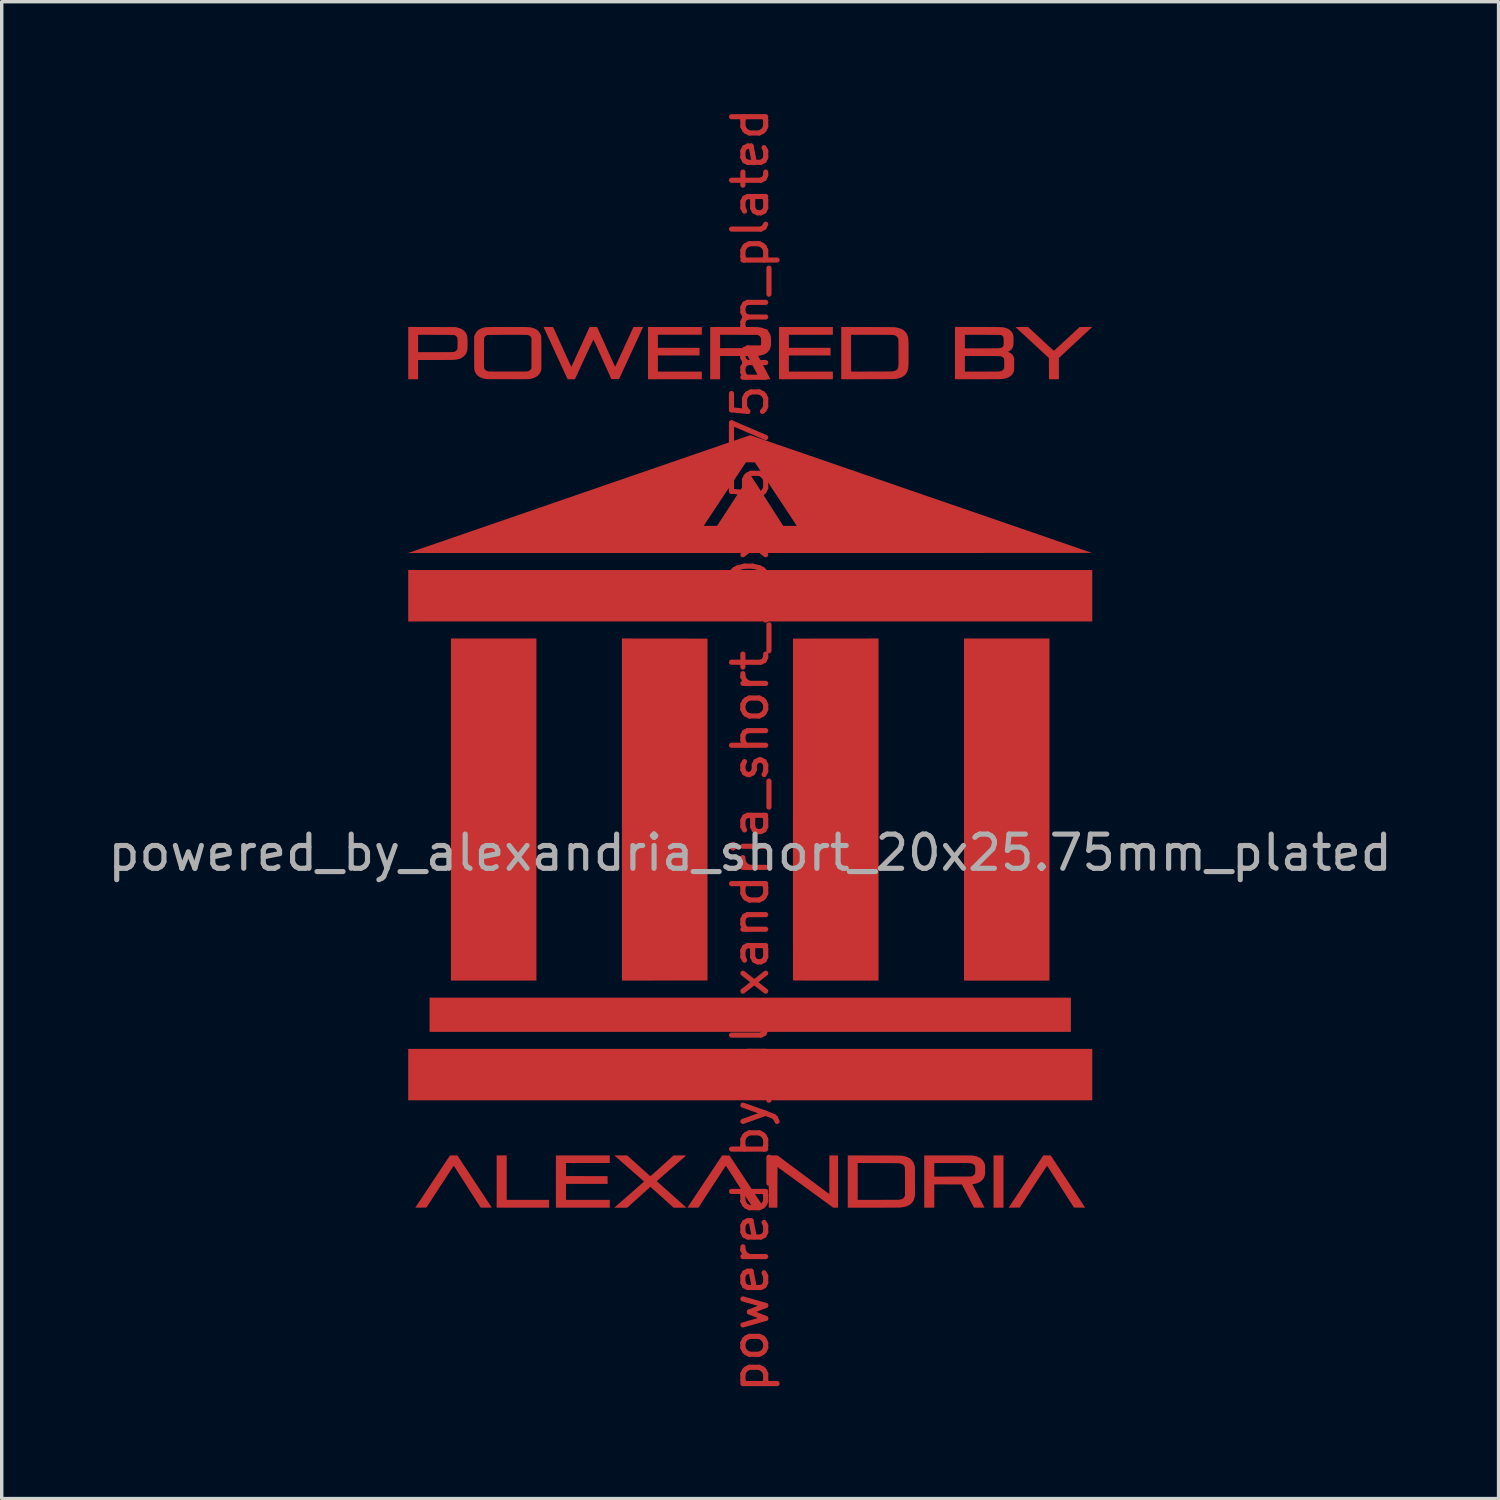
<source format=kicad_pcb>
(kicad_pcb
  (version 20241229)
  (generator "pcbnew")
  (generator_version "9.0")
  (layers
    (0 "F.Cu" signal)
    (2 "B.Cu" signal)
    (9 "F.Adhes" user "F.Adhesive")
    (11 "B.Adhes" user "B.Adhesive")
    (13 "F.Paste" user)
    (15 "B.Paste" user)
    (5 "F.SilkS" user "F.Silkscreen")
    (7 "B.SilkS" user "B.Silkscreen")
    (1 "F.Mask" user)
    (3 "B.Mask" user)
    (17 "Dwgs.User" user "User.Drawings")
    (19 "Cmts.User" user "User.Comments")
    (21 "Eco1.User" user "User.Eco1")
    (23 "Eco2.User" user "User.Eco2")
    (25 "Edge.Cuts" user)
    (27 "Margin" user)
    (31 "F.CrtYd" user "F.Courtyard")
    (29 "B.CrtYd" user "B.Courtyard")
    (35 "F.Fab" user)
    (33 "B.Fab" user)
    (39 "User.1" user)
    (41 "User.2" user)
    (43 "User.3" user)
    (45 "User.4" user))
  (footprint "powered_by_alexandria_short_20x25.75mm_plated"
    (layer "F.Cu")
    (at 18.887 19.387)
    (property "Reference" "powered_by_alexandria_short_20x25.75mm_plated" (at 0 -0.5 90) (unlocked yes) (layer "F.Cu") (effects (font (size 1 1) (thickness 0.15))))
    (fp_text user "${REFERENCE}" (at 0 2.5 0) (unlocked yes) (layer "F.Fab") (effects (font (size 1 1) (thickness 0.15))))
    (pad "1" smd custom (at -9.8 -12.75) (size 0.1 0.1) (layers "F.Cu" "F.Mask") (options (anchor circle)) (primitives (gr_poly (pts (xy 0.49 -0.124) (xy 1.18 -0.122) (xy 1.231 -0.111) (xy 1.297 -0.092) (xy 1.355 -0.068) (xy 1.405 -0.038) (xy 1.447 -0.003) (xy 1.48 0.039) (xy 1.506 0.086) (xy 1.524 0.14) (xy 1.526 0.148) (xy 1.529 0.167) (xy 1.532 0.194) (xy 1.534 0.228) (xy 1.535 0.267) (xy 1.536 0.31) (xy 1.537 0.355) (xy 1.536 0.399) (xy 1.536 0.442) (xy 1.534 0.482) (xy 1.532 0.517) (xy 1.53 0.545) (xy 1.527 0.565) (xy 1.527 0.566) (xy 1.509 0.62) (xy 1.484 0.669) (xy 1.45 0.713) (xy 1.408 0.75) (xy 1.359 0.781) (xy 1.303 0.806) (xy 1.274 0.815) (xy 1.259 0.818) (xy 1.245 0.822) (xy 1.231 0.825) (xy 1.216 0.828) (xy 1.199 0.83) (xy 1.18 0.832) (xy 1.159 0.834) (xy 1.135 0.836) (xy 1.106 0.837) (xy 1.073 0.838) (xy 1.034 0.838) (xy 0.99 0.839) (xy 0.938 0.839) (xy 0.88 0.84) (xy 0.814 0.84) (xy 0.739 0.84) (xy 0.655 0.84) (xy 0.606 0.84) (xy 0.09 0.84) (xy 0.09 1.404) (xy -0.199 1.404) (xy -0.199 0.611) (xy 0.09 0.611) (xy 0.595 0.611) (xy 0.689 0.611) (xy 0.773 0.611) (xy 0.848 0.611) (xy 0.913 0.611) (xy 0.969 0.61) (xy 1.016 0.61) (xy 1.054 0.609) (xy 1.085 0.608) (xy 1.107 0.608) (xy 1.122 0.607) (xy 1.128 0.606) (xy 1.165 0.594) (xy 1.196 0.576) (xy 1.22 0.554) (xy 1.236 0.527) (xy 1.238 0.52) (xy 1.24 0.509) (xy 1.241 0.49) (xy 1.242 0.463) (xy 1.243 0.431) (xy 1.243 0.396) (xy 1.244 0.359) (xy 1.244 0.322) (xy 1.243 0.287) (xy 1.242 0.254) (xy 1.241 0.227) (xy 1.24 0.206) (xy 1.238 0.193) (xy 1.238 0.192) (xy 1.229 0.173) (xy 1.212 0.153) (xy 1.192 0.134) (xy 1.169 0.12) (xy 1.159 0.116) (xy 1.155 0.114) (xy 1.15 0.113) (xy 1.144 0.111) (xy 1.136 0.11) (xy 1.125 0.109) (xy 1.112 0.109) (xy 1.094 0.108) (xy 1.073 0.107) (xy 1.047 0.107) (xy 1.015 0.106) (xy 0.977 0.106) (xy 0.932 0.106) (xy 0.88 0.105) (xy 0.821 0.105) (xy 0.752 0.105) (xy 0.675 0.105) (xy 0.612 0.105) (xy 0.09 0.103) (xy 0.09 0.611) (xy -0.199 0.611) (xy -0.199 -0.126)) (width 0) (fill yes))))
    (pad "1" smd custom (at -8.626 11.5) (size 0.1 0.1) (layers "F.Cu" "F.Mask") (options (anchor circle)) (primitives (gr_poly (pts (xy 0.568 0.614) (xy 1.072 1.378) (xy 0.91 1.379) (xy 0.863 1.379) (xy 0.825 1.38) (xy 0.795 1.379) (xy 0.773 1.379) (xy 0.758 1.378) (xy 0.748 1.376) (xy 0.743 1.374) (xy 0.743 1.374) (xy 0.74 1.369) (xy 0.731 1.356) (xy 0.718 1.335) (xy 0.7 1.308) (xy 0.678 1.273) (xy 0.652 1.233) (xy 0.622 1.187) (xy 0.589 1.136) (xy 0.553 1.08) (xy 0.515 1.02) (xy 0.474 0.956) (xy 0.431 0.889) (xy 0.387 0.82) (xy 0.352 0.766) (xy 0.307 0.694) (xy 0.263 0.625) (xy 0.22 0.559) (xy 0.18 0.497) (xy 0.142 0.438) (xy 0.107 0.383) (xy 0.075 0.333) (xy 0.046 0.288) (xy 0.021 0.249) (xy 0 0.216) (xy -0.017 0.19) (xy -0.029 0.172) (xy -0.036 0.16) (xy -0.038 0.157) (xy -0.041 0.159) (xy -0.046 0.164) (xy -0.053 0.174) (xy -0.064 0.189) (xy -0.078 0.21) (xy -0.096 0.236) (xy -0.118 0.268) (xy -0.143 0.306) (xy -0.172 0.35) (xy -0.206 0.402) (xy -0.244 0.46) (xy -0.287 0.526) (xy -0.335 0.599) (xy -0.388 0.68) (xy -0.443 0.765) (xy -0.842 1.378) (xy -1.004 1.379) (xy -1.043 1.379) (xy -1.079 1.379) (xy -1.11 1.379) (xy -1.135 1.378) (xy -1.153 1.378) (xy -1.162 1.377) (xy -1.164 1.376) (xy -1.161 1.372) (xy -1.153 1.359) (xy -1.139 1.339) (xy -1.121 1.311) (xy -1.098 1.277) (xy -1.072 1.236) (xy -1.041 1.19) (xy -1.006 1.138) (xy -0.969 1.081) (xy -0.928 1.019) (xy -0.884 0.954) (xy -0.838 0.884) (xy -0.789 0.811) (xy -0.739 0.735) (xy -0.687 0.657) (xy -0.657 0.611) (xy -0.151 -0.149) (xy -0.044 -0.149) (xy 0.063 -0.149)) (width 0) (fill yes))))
    (pad "1" smd custom (at -7.943 -12.423) (size 0.1 0.1) (layers "F.Cu" "F.Mask") (options (anchor circle)) (primitives (gr_poly (pts (xy 0.856 -0.453) (xy 0.95 -0.452) (xy 1.033 -0.452) (xy 1.108 -0.452) (xy 1.175 -0.452) (xy 1.234 -0.452) (xy 1.286 -0.451) (xy 1.331 -0.451) (xy 1.37 -0.45) (xy 1.404 -0.449) (xy 1.433 -0.448) (xy 1.458 -0.447) (xy 1.48 -0.445) (xy 1.499 -0.444) (xy 1.515 -0.441) (xy 1.53 -0.439) (xy 1.543 -0.436) (xy 1.556 -0.433) (xy 1.569 -0.43) (xy 1.579 -0.427) (xy 1.639 -0.406) (xy 1.692 -0.378) (xy 1.737 -0.344) (xy 1.775 -0.303) (xy 1.804 -0.256) (xy 1.826 -0.203) (xy 1.829 -0.193) (xy 1.83 -0.187) (xy 1.832 -0.18) (xy 1.833 -0.172) (xy 1.834 -0.161) (xy 1.835 -0.148) (xy 1.835 -0.131) (xy 1.836 -0.11) (xy 1.836 -0.084) (xy 1.837 -0.053) (xy 1.837 -0.016) (xy 1.837 0.027) (xy 1.838 0.079) (xy 1.838 0.138) (xy 1.838 0.205) (xy 1.838 0.282) (xy 1.838 0.315) (xy 1.838 0.79) (xy 1.823 0.834) (xy 1.805 0.88) (xy 1.782 0.918) (xy 1.752 0.954) (xy 1.737 0.969) (xy 1.697 0.999) (xy 1.65 1.025) (xy 1.595 1.047) (xy 1.534 1.063) (xy 1.48 1.071) (xy 1.468 1.072) (xy 1.448 1.073) (xy 1.419 1.074) (xy 1.382 1.074) (xy 1.338 1.075) (xy 1.288 1.075) (xy 1.233 1.075) (xy 1.173 1.076) (xy 1.109 1.076) (xy 1.042 1.076) (xy 0.973 1.076) (xy 0.903 1.076) (xy 0.832 1.076) (xy 0.761 1.076) (xy 0.692 1.076) (xy 0.624 1.076) (xy 0.559 1.075) (xy 0.497 1.075) (xy 0.439 1.075) (xy 0.387 1.074) (xy 0.34 1.074) (xy 0.3 1.073) (xy 0.267 1.073) (xy 0.242 1.072) (xy 0.226 1.071) (xy 0.222 1.071) (xy 0.176 1.063) (xy 0.127 1.05) (xy 0.081 1.035) (xy 0.047 1.02) (xy -0.001 0.991) (xy -0.042 0.954) (xy -0.077 0.91) (xy -0.104 0.861) (xy -0.119 0.817) (xy -0.121 0.811) (xy -0.122 0.804) (xy -0.124 0.796) (xy -0.125 0.786) (xy -0.126 0.774) (xy -0.126 0.757) (xy -0.127 0.737) (xy -0.127 0.713) (xy -0.128 0.683) (xy -0.128 0.647) (xy -0.128 0.605) (xy -0.128 0.555) (xy -0.129 0.498) (xy -0.129 0.458) (xy 0.159 0.458) (xy 0.159 0.524) (xy 0.159 0.58) (xy 0.16 0.628) (xy 0.16 0.668) (xy 0.161 0.699) (xy 0.161 0.722) (xy 0.162 0.737) (xy 0.163 0.745) (xy 0.175 0.777) (xy 0.195 0.804) (xy 0.224 0.824) (xy 0.259 0.839) (xy 0.301 0.848) (xy 0.311 0.848) (xy 0.331 0.849) (xy 0.359 0.849) (xy 0.396 0.85) (xy 0.439 0.85) (xy 0.489 0.851) (xy 0.545 0.851) (xy 0.607 0.851) (xy 0.672 0.851) (xy 0.741 0.851) (xy 0.813 0.851) (xy 0.88 0.851) (xy 1.421 0.85) (xy 1.454 0.839) (xy 1.49 0.823) (xy 1.518 0.801) (xy 1.537 0.775) (xy 1.548 0.754) (xy 1.548 -0.13) (xy 1.537 -0.15) (xy 1.518 -0.177) (xy 1.492 -0.197) (xy 1.458 -0.212) (xy 1.431 -0.219) (xy 1.421 -0.22) (xy 1.401 -0.22) (xy 1.374 -0.221) (xy 1.338 -0.222) (xy 1.296 -0.222) (xy 1.248 -0.223) (xy 1.195 -0.223) (xy 1.137 -0.223) (xy 1.075 -0.224) (xy 1.011 -0.224) (xy 0.945 -0.224) (xy 0.878 -0.223) (xy 0.81 -0.223) (xy 0.743 -0.223) (xy 0.676 -0.223) (xy 0.612 -0.222) (xy 0.551 -0.222) (xy 0.493 -0.221) (xy 0.439 -0.22) (xy 0.391 -0.22) (xy 0.349 -0.219) (xy 0.313 -0.218) (xy 0.285 -0.217) (xy 0.266 -0.216) (xy 0.255 -0.215) (xy 0.254 -0.215) (xy 0.224 -0.201) (xy 0.197 -0.181) (xy 0.178 -0.157) (xy 0.174 -0.15) (xy 0.161 -0.125) (xy 0.159 0.297) (xy 0.159 0.382) (xy 0.159 0.458) (xy -0.129 0.458) (xy -0.129 0.432) (xy -0.129 0.357) (xy -0.129 0.31) (xy -0.129 -0.166) (xy -0.115 -0.206) (xy -0.092 -0.259) (xy -0.063 -0.305) (xy -0.027 -0.344) (xy 0.017 -0.377) (xy 0.069 -0.405) (xy 0.122 -0.424) (xy 0.135 -0.428) (xy 0.148 -0.432) (xy 0.161 -0.435) (xy 0.175 -0.438) (xy 0.19 -0.441) (xy 0.207 -0.443) (xy 0.226 -0.445) (xy 0.248 -0.447) (xy 0.274 -0.448) (xy 0.304 -0.449) (xy 0.339 -0.45) (xy 0.379 -0.451) (xy 0.426 -0.452) (xy 0.479 -0.452) (xy 0.539 -0.452) (xy 0.607 -0.452) (xy 0.683 -0.452) (xy 0.769 -0.453)) (width 0) (fill yes))))
    (pad "1" smd custom (at -7.7 -1.7) (size 0.1 0.1) (layers "F.Cu" "F.Mask") (options (anchor circle)) (primitives (gr_poly (pts (xy 1.45 7.939) (xy -1.05 7.939) (xy -1.05 -2.065) (xy 1.45 -2.065)) (width 0) (fill yes))))
    (pad "1" smd custom (at -7.3 12.45) (size 0.1 0.1) (layers "F.Cu" "F.Mask") (options (anchor circle)) (primitives (gr_poly (pts (xy 0.181 0.202) (xy 1.421 0.202) (xy 1.421 0.43) (xy -0.113 0.43) (xy -0.113 -1.099) (xy 0.181 -1.099)) (width 0) (fill yes))))
    (pad "1" smd custom (at -5.524 12.063) (size 0.1 0.1) (layers "F.Cu" "F.Mask") (options (anchor circle)) (primitives (gr_poly (pts (xy 1.419 -0.489) (xy 0.138 -0.489) (xy 0.138 -0.108) (xy 0.747 -0.106) (xy 1.355 -0.105) (xy 1.356 0.008) (xy 1.358 0.121) (xy 0.138 0.121) (xy 0.138 0.588) (xy 1.419 0.588) (xy 1.419 0.817) (xy -0.156 0.817) (xy -0.156 -0.712) (xy 1.419 -0.712)) (width 0) (fill yes))))
    (pad "1" smd custom (at -4.631 -12.731) (size 0.1 0.1) (layers "F.Cu" "F.Mask") (options (anchor circle)) (primitives (gr_poly (pts (xy 0.046 -0.143) (xy 0.155 -0.142) (xy 0.417 0.437) (xy 0.449 0.51) (xy 0.481 0.58) (xy 0.511 0.646) (xy 0.54 0.71) (xy 0.567 0.768) (xy 0.591 0.823) (xy 0.613 0.871) (xy 0.633 0.914) (xy 0.65 0.95) (xy 0.663 0.98) (xy 0.673 1.001) (xy 0.679 1.015) (xy 0.682 1.02) (xy 0.684 1.016) (xy 0.691 1.003) (xy 0.701 0.982) (xy 0.715 0.954) (xy 0.731 0.918) (xy 0.751 0.876) (xy 0.773 0.828) (xy 0.798 0.774) (xy 0.825 0.716) (xy 0.854 0.653) (xy 0.885 0.586) (xy 0.917 0.517) (xy 0.95 0.444) (xy 0.952 0.439) (xy 1.219 -0.144) (xy 1.36 -0.145) (xy 1.396 -0.145) (xy 1.43 -0.144) (xy 1.458 -0.144) (xy 1.48 -0.144) (xy 1.495 -0.144) (xy 1.501 -0.143) (xy 1.501 -0.143) (xy 1.499 -0.139) (xy 1.493 -0.125) (xy 1.483 -0.104) (xy 1.469 -0.074) (xy 1.452 -0.037) (xy 1.432 0.006) (xy 1.409 0.056) (xy 1.383 0.112) (xy 1.355 0.173) (xy 1.325 0.239) (xy 1.292 0.309) (xy 1.258 0.384) (xy 1.222 0.462) (xy 1.184 0.542) (xy 1.149 0.62) (xy 0.796 1.382) (xy 0.574 1.382) (xy 0.314 0.806) (xy 0.281 0.733) (xy 0.25 0.663) (xy 0.219 0.596) (xy 0.191 0.533) (xy 0.164 0.474) (xy 0.14 0.42) (xy 0.117 0.371) (xy 0.098 0.328) (xy 0.081 0.292) (xy 0.068 0.263) (xy 0.058 0.241) (xy 0.052 0.227) (xy 0.049 0.222) (xy 0.047 0.226) (xy 0.04 0.238) (xy 0.029 0.26) (xy 0.014 0.291) (xy -0.005 0.33) (xy -0.028 0.378) (xy -0.055 0.435) (xy -0.085 0.5) (xy -0.119 0.573) (xy -0.157 0.655) (xy -0.198 0.744) (xy -0.224 0.8) (xy -0.493 1.385) (xy -0.707 1.385) (xy -1.055 0.629) (xy -1.093 0.546) (xy -1.13 0.465) (xy -1.165 0.388) (xy -1.199 0.314) (xy -1.232 0.244) (xy -1.262 0.178) (xy -1.29 0.117) (xy -1.316 0.061) (xy -1.339 0.011) (xy -1.359 -0.032) (xy -1.375 -0.068) (xy -1.389 -0.097) (xy -1.399 -0.119) (xy -1.405 -0.132) (xy -1.407 -0.136) (xy -1.407 -0.138) (xy -1.406 -0.141) (xy -1.402 -0.142) (xy -1.393 -0.143) (xy -1.38 -0.144) (xy -1.36 -0.144) (xy -1.333 -0.144) (xy -1.297 -0.144) (xy -1.27 -0.143) (xy -1.13 -0.142) (xy -0.865 0.441) (xy -0.832 0.514) (xy -0.801 0.584) (xy -0.77 0.65) (xy -0.741 0.713) (xy -0.714 0.772) (xy -0.689 0.826) (xy -0.667 0.874) (xy -0.647 0.916) (xy -0.631 0.952) (xy -0.617 0.981) (xy -0.607 1.003) (xy -0.6 1.016) (xy -0.597 1.02) (xy -0.597 1.02) (xy -0.595 1.015) (xy -0.588 1.001) (xy -0.578 0.98) (xy -0.564 0.95) (xy -0.548 0.914) (xy -0.528 0.871) (xy -0.506 0.823) (xy -0.481 0.769) (xy -0.454 0.71) (xy -0.425 0.647) (xy -0.395 0.581) (xy -0.363 0.512) (xy -0.337 0.455) (xy -0.304 0.383) (xy -0.273 0.314) (xy -0.242 0.248) (xy -0.214 0.185) (xy -0.187 0.126) (xy -0.162 0.072) (xy -0.14 0.023) (xy -0.12 -0.02) (xy -0.103 -0.056) (xy -0.09 -0.086) (xy -0.08 -0.108) (xy -0.073 -0.121) (xy -0.071 -0.126) (xy -0.062 -0.145)) (width 0) (fill yes))))
    (pad "1" smd custom (at -3.1 -5.1) (size 0.1 0.1) (layers "F.Cu" "F.Mask") (options (anchor circle)) (primitives (gr_poly (pts (xy 13.105 0.837) (xy -6.899 0.837) (xy -6.899 -0.667) (xy 13.105 -0.667)) (width 0) (fill yes))))
    (pad "1" smd custom (at -3 -7) (size 0.1 0.1) (layers "F.Cu" "F.Mask") (options (anchor circle)) (primitives (gr_poly (pts (xy -4.407 -0.159) (xy -4.226 -0.221) (xy -4.04 -0.285) (xy -3.85 -0.35) (xy -3.657 -0.417) (xy -3.459 -0.485) (xy -3.259 -0.554) (xy -3.055 -0.625) (xy -2.847 -0.696) (xy -2.637 -0.769) (xy -2.424 -0.842) (xy -2.209 -0.916) (xy -1.992 -0.991) (xy -1.944 -1.008) (xy -1.726 -1.083) (xy -1.511 -1.157) (xy -1.298 -1.231) (xy -1.088 -1.303) (xy -0.88 -1.374) (xy -0.676 -1.445) (xy -0.476 -1.514) (xy -0.278 -1.582) (xy -0.085 -1.649) (xy 0.105 -1.714) (xy 0.29 -1.778) (xy 0.471 -1.84) (xy 0.648 -1.901) (xy 0.82 -1.96) (xy 0.987 -2.018) (xy 1.149 -2.073) (xy 1.305 -2.127) (xy 1.456 -2.179) (xy 1.601 -2.229) (xy 1.74 -2.277) (xy 1.874 -2.323) (xy 2 -2.366) (xy 2.121 -2.408) (xy 2.234 -2.447) (xy 2.341 -2.483) (xy 2.44 -2.518) (xy 2.532 -2.549) (xy 2.617 -2.578) (xy 2.693 -2.605) (xy 2.762 -2.628) (xy 2.823 -2.649) (xy 2.875 -2.667) (xy 2.919 -2.682) (xy 2.954 -2.694) (xy 2.98 -2.703) (xy 2.997 -2.708) (xy 3.005 -2.711) (xy 3.005 -2.711) (xy 3.01 -2.709) (xy 3.024 -2.704) (xy 3.048 -2.696) (xy 3.08 -2.685) (xy 3.121 -2.671) (xy 3.171 -2.654) (xy 3.228 -2.634) (xy 3.293 -2.612) (xy 3.367 -2.587) (xy 3.447 -2.559) (xy 3.535 -2.529) (xy 3.629 -2.496) (xy 3.731 -2.462) (xy 3.838 -2.424) (xy 3.952 -2.385) (xy 4.072 -2.344) (xy 4.198 -2.301) (xy 4.329 -2.256) (xy 4.465 -2.209) (xy 4.606 -2.16) (xy 4.752 -2.11) (xy 4.903 -2.058) (xy 5.057 -2.005) (xy 5.216 -1.95) (xy 5.379 -1.894) (xy 5.545 -1.837) (xy 5.714 -1.778) (xy 5.886 -1.719) (xy 6.061 -1.659) (xy 6.239 -1.597) (xy 6.419 -1.535) (xy 6.601 -1.473) (xy 6.785 -1.409) (xy 6.97 -1.346) (xy 7.157 -1.281) (xy 7.345 -1.216) (xy 7.534 -1.151) (xy 7.723 -1.086) (xy 7.913 -1.021) (xy 8.102 -0.955) (xy 8.292 -0.89) (xy 8.481 -0.825) (xy 8.67 -0.76) (xy 8.858 -0.695) (xy 9.044 -0.631) (xy 9.23 -0.567) (xy 9.413 -0.504) (xy 9.595 -0.441) (xy 9.775 -0.379) (xy 9.952 -0.318) (xy 10.127 -0.258) (xy 10.299 -0.198) (xy 10.469 -0.14) (xy 10.634 -0.083) (xy 10.796 -0.027) (xy 10.955 0.028) (xy 11.109 0.081) (xy 11.259 0.133) (xy 11.405 0.183) (xy 11.546 0.231) (xy 11.682 0.278) (xy 11.812 0.323) (xy 11.938 0.367) (xy 12.057 0.408) (xy 12.17 0.447) (xy 12.278 0.484) (xy 12.378 0.519) (xy 12.472 0.551) (xy 12.559 0.581) (xy 12.639 0.609) (xy 12.712 0.634) (xy 12.777 0.656) (xy 12.833 0.676) (xy 12.882 0.692) (xy 12.922 0.706) (xy 12.954 0.717) (xy 12.977 0.725) (xy 12.99 0.73) (xy 12.994 0.731) (xy 12.99 0.732) (xy 12.975 0.732) (xy 12.95 0.732) (xy 12.916 0.732) (xy 12.872 0.732) (xy 12.818 0.732) (xy 12.756 0.732) (xy 12.684 0.732) (xy 12.604 0.732) (xy 12.514 0.732) (xy 12.416 0.732) (xy 12.31 0.732) (xy 12.195 0.733) (xy 12.072 0.733) (xy 11.941 0.733) (xy 11.802 0.733) (xy 11.656 0.733) (xy 11.501 0.733) (xy 11.34 0.733) (xy 11.171 0.733) (xy 10.995 0.733) (xy 10.812 0.733) (xy 10.623 0.733) (xy 10.426 0.733) (xy 10.224 0.733) (xy 10.015 0.733) (xy 9.799 0.734) (xy 9.578 0.734) (xy 9.351 0.734) (xy 9.118 0.734) (xy 8.88 0.734) (xy 8.636 0.734) (xy 8.387 0.734) (xy 8.132 0.734) (xy 7.873 0.734) (xy 7.609 0.734) (xy 7.341 0.734) (xy 7.068 0.734) (xy 6.79 0.734) (xy 6.508 0.734) (xy 6.223 0.734) (xy 5.933 0.734) (xy 5.64 0.734) (xy 5.343 0.734) (xy 5.043 0.734) (xy 4.739 0.734) (xy 4.433 0.734) (xy 4.123 0.734) (xy 3.81 0.734) (xy 3.495 0.734) (xy 3.178 0.734) (xy 3.003 0.734) (xy -6.997 0.734) (xy -6.941 0.715) (xy -6.934 0.713) (xy -6.917 0.707) (xy -6.891 0.698) (xy -6.856 0.686) (xy -6.813 0.671) (xy -6.761 0.653) (xy -6.7 0.632) (xy -6.631 0.608) (xy -6.554 0.582) (xy -6.47 0.553) (xy -6.378 0.521) (xy -6.278 0.487) (xy -6.172 0.45) (xy -6.058 0.411) (xy -5.938 0.369) (xy -5.811 0.325) (xy -5.677 0.279) (xy -5.538 0.231) (xy -5.393 0.181) (xy -5.241 0.129) (xy -5.085 0.075) (xy -4.923 0.019) (xy -4.756 -0.038) (xy -4.687 -0.062) (xy 1.644 -0.062) (xy 1.649 -0.061) (xy 1.662 -0.06) (xy 1.684 -0.059) (xy 1.713 -0.059) (xy 1.747 -0.058) (xy 1.787 -0.058) (xy 1.83 -0.058) (xy 1.837 -0.058) (xy 2.032 -0.058) (xy 2.517 -0.803) (xy 2.568 -0.882) (xy 2.618 -0.959) (xy 2.666 -1.033) (xy 2.713 -1.104) (xy 2.756 -1.171) (xy 2.798 -1.235) (xy 2.836 -1.294) (xy 2.871 -1.348) (xy 2.903 -1.396) (xy 2.931 -1.439) (xy 2.955 -1.476) (xy 2.974 -1.506) (xy 2.989 -1.529) (xy 2.999 -1.544) (xy 3.004 -1.552) (xy 3.005 -1.553) (xy 3.008 -1.549) (xy 3.016 -1.537) (xy 3.029 -1.517) (xy 3.047 -1.49) (xy 3.069 -1.457) (xy 3.095 -1.416) (xy 3.125 -1.37) (xy 3.159 -1.319) (xy 3.196 -1.262) (xy 3.235 -1.2) (xy 3.278 -1.135) (xy 3.323 -1.065) (xy 3.37 -0.992) (xy 3.418 -0.916) (xy 3.469 -0.837) (xy 3.488 -0.807) (xy 3.968 -0.058) (xy 4.165 -0.058) (xy 4.208 -0.058) (xy 4.249 -0.058) (xy 4.284 -0.058) (xy 4.315 -0.058) (xy 4.338 -0.059) (xy 4.354 -0.059) (xy 4.361 -0.06) (xy 4.362 -0.06) (xy 4.359 -0.064) (xy 4.351 -0.077) (xy 4.338 -0.097) (xy 4.32 -0.125) (xy 4.297 -0.159) (xy 4.27 -0.2) (xy 4.239 -0.247) (xy 4.204 -0.3) (xy 4.166 -0.359) (xy 4.124 -0.422) (xy 4.079 -0.49) (xy 4.031 -0.562) (xy 3.981 -0.638) (xy 3.929 -0.718) (xy 3.874 -0.8) (xy 3.818 -0.886) (xy 3.76 -0.973) (xy 3.75 -0.989) (xy 3.138 -1.915) (xy 3.007 -1.916) (xy 2.876 -1.917) (xy 2.261 -0.992) (xy 2.202 -0.904) (xy 2.145 -0.818) (xy 2.09 -0.735) (xy 2.037 -0.655) (xy 1.986 -0.578) (xy 1.938 -0.505) (xy 1.892 -0.437) (xy 1.849 -0.372) (xy 1.81 -0.313) (xy 1.774 -0.259) (xy 1.742 -0.211) (xy 1.714 -0.168) (xy 1.691 -0.133) (xy 1.672 -0.104) (xy 1.657 -0.082) (xy 1.648 -0.068) (xy 1.644 -0.062) (xy 1.644 -0.062) (xy -4.687 -0.062) (xy -4.584 -0.098)) (width 0) (fill yes))))
    (pad "1" smd custom (at -3 -1.7) (size 0.1 0.1) (layers "F.Cu" "F.Mask") (options (anchor circle)) (primitives (gr_poly (pts (xy 0.501 -2.064) (xy 1.753 -2.062) (xy 1.753 7.937) (xy 0.501 7.938) (xy -0.75 7.94) (xy -0.75 -2.065)) (width 0) (fill yes))))
    (pad "1" smd custom (at -2.954 12.168) (size 0.1 0.1) (layers "F.Cu" "F.Mask") (options (anchor circle)) (primitives (gr_poly (pts (xy 0.95 -0.817) (xy 0.99 -0.816) (xy 1.022 -0.816) (xy 1.046 -0.815) (xy 1.063 -0.815) (xy 1.074 -0.813) (xy 1.079 -0.812) (xy 1.08 -0.81) (xy 1.08 -0.81) (xy 1.075 -0.806) (xy 1.064 -0.796) (xy 1.045 -0.78) (xy 1.021 -0.758) (xy 0.991 -0.732) (xy 0.955 -0.701) (xy 0.915 -0.666) (xy 0.871 -0.627) (xy 0.823 -0.586) (xy 0.772 -0.541) (xy 0.718 -0.494) (xy 0.662 -0.445) (xy 0.65 -0.435) (xy 0.594 -0.387) (xy 0.54 -0.339) (xy 0.488 -0.295) (xy 0.44 -0.252) (xy 0.395 -0.213) (xy 0.354 -0.178) (xy 0.319 -0.147) (xy 0.288 -0.119) (xy 0.263 -0.097) (xy 0.244 -0.08) (xy 0.231 -0.069) (xy 0.226 -0.064) (xy 0.226 -0.064) (xy 0.229 -0.06) (xy 0.24 -0.05) (xy 0.257 -0.034) (xy 0.281 -0.013) (xy 0.31 0.014) (xy 0.345 0.045) (xy 0.384 0.08) (xy 0.428 0.119) (xy 0.475 0.161) (xy 0.526 0.206) (xy 0.579 0.254) (xy 0.635 0.304) (xy 0.657 0.324) (xy 0.714 0.374) (xy 0.768 0.423) (xy 0.82 0.469) (xy 0.869 0.512) (xy 0.914 0.553) (xy 0.955 0.589) (xy 0.991 0.622) (xy 1.023 0.65) (xy 1.048 0.673) (xy 1.068 0.691) (xy 1.082 0.704) (xy 1.088 0.71) (xy 1.089 0.711) (xy 1.084 0.711) (xy 1.07 0.712) (xy 1.048 0.712) (xy 1.02 0.712) (xy 0.985 0.713) (xy 0.947 0.713) (xy 0.904 0.713) (xy 0.718 0.713) (xy 0.378 0.408) (xy 0.037 0.103) (xy -0.302 0.408) (xy -0.641 0.713) (xy -1.019 0.713) (xy -0.998 0.693) (xy -0.991 0.687) (xy -0.977 0.675) (xy -0.957 0.657) (xy -0.931 0.634) (xy -0.899 0.606) (xy -0.861 0.573) (xy -0.82 0.537) (xy -0.775 0.497) (xy -0.726 0.454) (xy -0.674 0.409) (xy -0.62 0.362) (xy -0.564 0.313) (xy -0.563 0.312) (xy -0.508 0.264) (xy -0.455 0.217) (xy -0.404 0.172) (xy -0.357 0.131) (xy -0.313 0.092) (xy -0.273 0.057) (xy -0.238 0.026) (xy -0.208 0) (xy -0.184 -0.021) (xy -0.166 -0.038) (xy -0.155 -0.048) (xy -0.15 -0.052) (xy -0.15 -0.052) (xy -0.154 -0.056) (xy -0.165 -0.066) (xy -0.182 -0.082) (xy -0.206 -0.103) (xy -0.236 -0.129) (xy -0.27 -0.159) (xy -0.31 -0.194) (xy -0.353 -0.233) (xy -0.4 -0.274) (xy -0.451 -0.318) (xy -0.504 -0.365) (xy -0.56 -0.414) (xy -0.568 -0.421) (xy -0.625 -0.47) (xy -0.679 -0.518) (xy -0.731 -0.563) (xy -0.779 -0.606) (xy -0.825 -0.646) (xy -0.866 -0.682) (xy -0.903 -0.715) (xy -0.935 -0.743) (xy -0.961 -0.766) (xy -0.981 -0.784) (xy -0.995 -0.796) (xy -1.001 -0.802) (xy -1.002 -0.802) (xy -1.017 -0.817) (xy -0.829 -0.816) (xy -0.641 -0.816) (xy -0.303 -0.512) (xy -0.253 -0.467) (xy -0.206 -0.424) (xy -0.161 -0.383) (xy -0.119 -0.346) (xy -0.081 -0.312) (xy -0.047 -0.282) (xy -0.019 -0.256) (xy 0.005 -0.235) (xy 0.022 -0.22) (xy 0.033 -0.21) (xy 0.037 -0.207) (xy 0.041 -0.21) (xy 0.052 -0.22) (xy 0.07 -0.236) (xy 0.093 -0.257) (xy 0.122 -0.282) (xy 0.156 -0.312) (xy 0.194 -0.347) (xy 0.236 -0.384) (xy 0.281 -0.425) (xy 0.328 -0.468) (xy 0.378 -0.512) (xy 0.715 -0.817) (xy 0.9 -0.817)) (width 0) (fill yes))))
    (pad "1" smd custom (at -2.863 -12.304) (size 0.1 0.1) (layers "F.Cu" "F.Mask") (options (anchor circle)) (primitives (gr_poly (pts (xy 1.449 -0.458) (xy 1.448 -0.345) (xy 0.806 -0.344) (xy 0.165 -0.343) (xy 0.165 0.038) (xy 1.384 0.038) (xy 1.384 0.262) (xy 0.165 0.262) (xy 0.165 0.735) (xy 1.45 0.735) (xy 1.45 0.958) (xy -0.125 0.958) (xy -0.125 -0.571) (xy 1.45 -0.571)) (width 0) (fill yes))))
    (pad "1" smd custom (at -1.2 9.3) (size 0.1 0.1) (layers "F.Cu" "F.Mask") (options (anchor circle)) (primitives (gr_poly (pts (xy 11.205 0.44) (xy -8.799 0.44) (xy -8.799 -1.064) (xy 11.205 -1.064)) (width 0) (fill yes))))
    (pad "1" smd custom (at -1.166 12.065) (size 0.1 0.1) (layers "F.Cu" "F.Mask") (options (anchor circle)) (primitives (gr_poly (pts (xy 0.455 -0.713) (xy 0.563 -0.712) (xy 1.065 0.048) (xy 1.118 0.127) (xy 1.169 0.205) (xy 1.218 0.279) (xy 1.265 0.351) (xy 1.31 0.419) (xy 1.352 0.483) (xy 1.391 0.543) (xy 1.427 0.597) (xy 1.46 0.647) (xy 1.489 0.691) (xy 1.514 0.728) (xy 1.534 0.76) (xy 1.55 0.784) (xy 1.561 0.801) (xy 1.566 0.81) (xy 1.567 0.811) (xy 1.562 0.812) (xy 1.549 0.813) (xy 1.527 0.814) (xy 1.499 0.814) (xy 1.465 0.815) (xy 1.428 0.815) (xy 1.406 0.815) (xy 1.244 0.815) (xy 0.851 0.201) (xy 0.805 0.129) (xy 0.76 0.06) (xy 0.717 -0.007) (xy 0.677 -0.07) (xy 0.639 -0.129) (xy 0.603 -0.184) (xy 0.571 -0.235) (xy 0.542 -0.28) (xy 0.516 -0.319) (xy 0.495 -0.352) (xy 0.477 -0.378) (xy 0.465 -0.397) (xy 0.457 -0.409) (xy 0.454 -0.412) (xy 0.451 -0.407) (xy 0.443 -0.395) (xy 0.43 -0.375) (xy 0.412 -0.348) (xy 0.39 -0.314) (xy 0.364 -0.274) (xy 0.334 -0.229) (xy 0.301 -0.178) (xy 0.265 -0.123) (xy 0.226 -0.063) (xy 0.185 0) (xy 0.141 0.067) (xy 0.096 0.136) (xy 0.053 0.202) (xy -0.346 0.815) (xy -0.507 0.815) (xy -0.554 0.815) (xy -0.591 0.815) (xy -0.619 0.814) (xy -0.64 0.813) (xy -0.654 0.812) (xy -0.662 0.811) (xy -0.665 0.81) (xy -0.665 0.809) (xy -0.662 0.804) (xy -0.653 0.791) (xy -0.64 0.77) (xy -0.621 0.743) (xy -0.598 0.708) (xy -0.571 0.668) (xy -0.54 0.621) (xy -0.506 0.569) (xy -0.468 0.512) (xy -0.427 0.45) (xy -0.383 0.384) (xy -0.337 0.315) (xy -0.288 0.242) (xy -0.238 0.166) (xy -0.186 0.087) (xy -0.157 0.044) (xy 0.348 -0.715)) (width 0) (fill yes))))
    (pad "1" smd custom (at -1.038 -12.255) (size 0.1 0.1) (layers "F.Cu" "F.Mask") (options (anchor circle)) (primitives (gr_poly (pts (xy 0.666 -0.62) (xy 0.772 -0.62) (xy 0.868 -0.62) (xy 0.954 -0.619) (xy 1.03 -0.619) (xy 1.097 -0.619) (xy 1.153 -0.618) (xy 1.199 -0.617) (xy 1.236 -0.617) (xy 1.262 -0.616) (xy 1.278 -0.615) (xy 1.281 -0.615) (xy 1.341 -0.605) (xy 1.398 -0.591) (xy 1.45 -0.572) (xy 1.47 -0.563) (xy 1.51 -0.539) (xy 1.548 -0.509) (xy 1.58 -0.474) (xy 1.606 -0.437) (xy 1.614 -0.422) (xy 1.624 -0.399) (xy 1.632 -0.377) (xy 1.638 -0.354) (xy 1.643 -0.33) (xy 1.646 -0.301) (xy 1.647 -0.266) (xy 1.648 -0.225) (xy 1.648 -0.196) (xy 1.648 -0.149) (xy 1.647 -0.11) (xy 1.644 -0.078) (xy 1.641 -0.051) (xy 1.636 -0.028) (xy 1.629 -0.006) (xy 1.62 0.016) (xy 1.615 0.028) (xy 1.589 0.073) (xy 1.555 0.111) (xy 1.515 0.145) (xy 1.467 0.173) (xy 1.411 0.195) (xy 1.346 0.213) (xy 1.299 0.222) (xy 1.273 0.226) (xy 1.452 0.566) (xy 1.631 0.907) (xy 1.478 0.908) (xy 1.434 0.908) (xy 1.399 0.908) (xy 1.372 0.908) (xy 1.352 0.908) (xy 1.338 0.907) (xy 1.328 0.906) (xy 1.323 0.904) (xy 1.32 0.902) (xy 1.32 0.902) (xy 1.317 0.896) (xy 1.309 0.882) (xy 1.298 0.861) (xy 1.282 0.832) (xy 1.264 0.798) (xy 1.243 0.758) (xy 1.22 0.714) (xy 1.194 0.665) (xy 1.167 0.614) (xy 1.139 0.561) (xy 0.965 0.228) (xy 0.562 0.228) (xy 0.159 0.228) (xy 0.159 0.909) (xy -0.13 0.909) (xy -0.13 0) (xy 0.159 0) (xy 0.702 -0.001) (xy 1.244 -0.003) (xy 1.271 -0.014) (xy 1.303 -0.03) (xy 1.327 -0.049) (xy 1.344 -0.073) (xy 1.346 -0.078) (xy 1.351 -0.089) (xy 1.354 -0.098) (xy 1.356 -0.11) (xy 1.357 -0.124) (xy 1.358 -0.144) (xy 1.358 -0.171) (xy 1.358 -0.193) (xy 1.358 -0.227) (xy 1.357 -0.257) (xy 1.355 -0.281) (xy 1.353 -0.297) (xy 1.353 -0.301) (xy 1.339 -0.328) (xy 1.318 -0.351) (xy 1.288 -0.371) (xy 1.281 -0.374) (xy 1.249 -0.389) (xy 0.159 -0.392) (xy 0.159 0) (xy -0.13 0) (xy -0.13 -0.62) (xy 0.551 -0.62)) (width 0) (fill yes))))
    (pad "1" smd custom (at 0.706 11.481) (size 0.1 0.1) (layers "F.Cu" "F.Mask") (options (anchor circle)) (primitives (gr_poly (pts (xy 1.865 1.399) (xy 1.724 1.399) (xy 0.909 0.805) (xy 0.095 0.21) (xy 0.093 0.805) (xy 0.092 1.399) (xy -0.162 1.399) (xy -0.162 -0.13) (xy -0.034 -0.13) (xy 0.095 -0.129) (xy 0.852 0.436) (xy 1.609 1.001) (xy 1.61 0.435) (xy 1.611 -0.13) (xy 1.865 -0.13)) (width 0) (fill yes))))
    (pad "1" smd custom (at 0.972 -12.172) (size 0.1 0.1) (layers "F.Cu" "F.Mask") (options (anchor circle)) (primitives (gr_poly (pts (xy 1.447 -0.475) (xy 0.161 -0.475) (xy 0.161 -0.094) (xy 1.381 -0.094) (xy 1.381 0.13) (xy 0.161 0.13) (xy 0.161 0.602) (xy 1.447 0.602) (xy 1.447 0.826) (xy -0.128 0.826) (xy -0.128 -0.703) (xy 1.447 -0.703)) (width 0) (fill yes))))
    (pad "1" smd custom (at 2.296 -2.066) (size 0.1 0.1) (layers "F.Cu" "F.Mask") (options (anchor circle)) (primitives (gr_poly (pts (xy 1.459 8.306) (xy 0.209 8.306) (xy 0.071 8.306) (xy -0.057 8.306) (xy -0.175 8.305) (xy -0.284 8.305) (xy -0.385 8.305) (xy -0.476 8.305) (xy -0.56 8.305) (xy -0.636 8.305) (xy -0.704 8.305) (xy -0.764 8.304) (xy -0.818 8.304) (xy -0.865 8.304) (xy -0.906 8.303) (xy -0.941 8.303) (xy -0.97 8.303) (xy -0.994 8.302) (xy -1.013 8.302) (xy -1.027 8.301) (xy -1.036 8.301) (xy -1.042 8.3) (xy -1.043 8.299) (xy -1.043 8.294) (xy -1.044 8.279) (xy -1.044 8.254) (xy -1.044 8.219) (xy -1.044 8.175) (xy -1.044 8.122) (xy -1.044 8.061) (xy -1.044 7.99) (xy -1.044 7.911) (xy -1.044 7.824) (xy -1.044 7.729) (xy -1.044 7.627) (xy -1.044 7.516) (xy -1.044 7.399) (xy -1.045 7.274) (xy -1.045 7.142) (xy -1.045 7.004) (xy -1.045 6.859) (xy -1.045 6.708) (xy -1.045 6.551) (xy -1.045 6.388) (xy -1.045 6.219) (xy -1.045 6.045) (xy -1.045 5.866) (xy -1.045 5.682) (xy -1.045 5.494) (xy -1.045 5.3) (xy -1.045 5.103) (xy -1.045 4.901) (xy -1.045 4.696) (xy -1.045 4.487) (xy -1.045 4.274) (xy -1.045 4.058) (xy -1.045 3.839) (xy -1.045 3.618) (xy -1.044 3.394) (xy -1.044 3.298) (xy -1.043 -1.696) (xy 0.208 -1.698) (xy 1.459 -1.699)) (width 0) (fill yes))))
    (pad "1" smd custom (at 2.847 -12.196) (size 0.1 0.1) (layers "F.Cu" "F.Mask") (options (anchor circle)) (primitives (gr_poly (pts (xy 0.594 -0.678) (xy 0.698 -0.678) (xy 0.793 -0.677) (xy 0.878 -0.677) (xy 0.954 -0.677) (xy 1.023 -0.677) (xy 1.084 -0.676) (xy 1.137 -0.676) (xy 1.184 -0.676) (xy 1.225 -0.676) (xy 1.261 -0.675) (xy 1.291 -0.675) (xy 1.317 -0.674) (xy 1.339 -0.674) (xy 1.357 -0.673) (xy 1.372 -0.672) (xy 1.385 -0.671) (xy 1.395 -0.67) (xy 1.404 -0.669) (xy 1.412 -0.668) (xy 1.42 -0.667) (xy 1.427 -0.666) (xy 1.429 -0.665) (xy 1.488 -0.652) (xy 1.538 -0.637) (xy 1.581 -0.619) (xy 1.619 -0.598) (xy 1.654 -0.573) (xy 1.678 -0.55) (xy 1.708 -0.516) (xy 1.733 -0.48) (xy 1.752 -0.44) (xy 1.766 -0.395) (xy 1.776 -0.343) (xy 1.782 -0.284) (xy 1.782 -0.28) (xy 1.783 -0.259) (xy 1.784 -0.228) (xy 1.785 -0.19) (xy 1.786 -0.146) (xy 1.786 -0.096) (xy 1.786 -0.042) (xy 1.787 0.014) (xy 1.787 0.072) (xy 1.787 0.131) (xy 1.787 0.189) (xy 1.786 0.244) (xy 1.786 0.297) (xy 1.785 0.345) (xy 1.785 0.387) (xy 1.784 0.423) (xy 1.783 0.45) (xy 1.782 0.465) (xy 1.774 0.532) (xy 1.76 0.591) (xy 1.739 0.643) (xy 1.712 0.689) (xy 1.677 0.728) (xy 1.635 0.762) (xy 1.585 0.79) (xy 1.527 0.813) (xy 1.459 0.831) (xy 1.434 0.836) (xy 1.426 0.838) (xy 1.419 0.839) (xy 1.411 0.84) (xy 1.402 0.841) (xy 1.392 0.842) (xy 1.38 0.843) (xy 1.366 0.844) (xy 1.349 0.844) (xy 1.328 0.845) (xy 1.303 0.846) (xy 1.274 0.846) (xy 1.24 0.846) (xy 1.201 0.847) (xy 1.155 0.847) (xy 1.103 0.847) (xy 1.045 0.848) (xy 0.978 0.848) (xy 0.904 0.848) (xy 0.821 0.848) (xy 0.729 0.848) (xy 0.628 0.849) (xy 0.597 0.849) (xy -0.184 0.85) (xy -0.184 0.085) (xy 0.105 0.085) (xy 0.105 0.158) (xy 0.105 0.228) (xy 0.106 0.294) (xy 0.106 0.356) (xy 0.106 0.414) (xy 0.106 0.466) (xy 0.107 0.511) (xy 0.107 0.55) (xy 0.108 0.582) (xy 0.108 0.605) (xy 0.108 0.619) (xy 0.109 0.623) (xy 0.114 0.624) (xy 0.129 0.624) (xy 0.153 0.625) (xy 0.185 0.625) (xy 0.225 0.625) (xy 0.272 0.625) (xy 0.325 0.626) (xy 0.384 0.626) (xy 0.448 0.626) (xy 0.517 0.626) (xy 0.589 0.625) (xy 0.665 0.625) (xy 0.712 0.625) (xy 0.804 0.625) (xy 0.887 0.624) (xy 0.96 0.624) (xy 1.025 0.624) (xy 1.083 0.623) (xy 1.132 0.623) (xy 1.175 0.623) (xy 1.212 0.622) (xy 1.243 0.622) (xy 1.269 0.621) (xy 1.29 0.62) (xy 1.307 0.619) (xy 1.321 0.619) (xy 1.332 0.618) (xy 1.34 0.616) (xy 1.347 0.615) (xy 1.348 0.615) (xy 1.393 0.602) (xy 1.429 0.583) (xy 1.456 0.559) (xy 1.472 0.535) (xy 1.476 0.527) (xy 1.479 0.519) (xy 1.482 0.51) (xy 1.484 0.499) (xy 1.486 0.486) (xy 1.488 0.469) (xy 1.489 0.449) (xy 1.49 0.423) (xy 1.491 0.393) (xy 1.492 0.357) (xy 1.492 0.314) (xy 1.492 0.263) (xy 1.492 0.205) (xy 1.492 0.137) (xy 1.491 0.07) (xy 1.491 -0.002) (xy 1.491 -0.064) (xy 1.491 -0.117) (xy 1.49 -0.163) (xy 1.49 -0.201) (xy 1.489 -0.233) (xy 1.489 -0.259) (xy 1.488 -0.28) (xy 1.488 -0.296) (xy 1.487 -0.309) (xy 1.485 -0.319) (xy 1.484 -0.327) (xy 1.483 -0.333) (xy 1.481 -0.338) (xy 1.479 -0.343) (xy 1.478 -0.344) (xy 1.461 -0.378) (xy 1.438 -0.404) (xy 1.409 -0.423) (xy 1.401 -0.427) (xy 1.393 -0.43) (xy 1.384 -0.433) (xy 1.375 -0.436) (xy 1.365 -0.439) (xy 1.353 -0.441) (xy 1.338 -0.443) (xy 1.32 -0.445) (xy 1.298 -0.446) (xy 1.272 -0.447) (xy 1.242 -0.448) (xy 1.206 -0.449) (xy 1.164 -0.449) (xy 1.116 -0.45) (xy 1.06 -0.45) (xy 0.998 -0.45) (xy 0.927 -0.45) (xy 0.847 -0.45) (xy 0.758 -0.45) (xy 0.704 -0.45) (xy 0.105 -0.451) (xy 0.105 0.085) (xy -0.184 0.085) (xy -0.184 -0.68)) (width 0) (fill yes))))
    (pad "1" smd custom (at 2.968 11.677) (size 0.1 0.1) (layers "F.Cu" "F.Mask") (options (anchor circle)) (primitives (gr_poly (pts (xy 0.668 -0.324) (xy 0.773 -0.324) (xy 0.869 -0.324) (xy 0.955 -0.323) (xy 1.032 -0.323) (xy 1.101 -0.323) (xy 1.163 -0.323) (xy 1.217 -0.322) (xy 1.265 -0.322) (xy 1.307 -0.322) (xy 1.342 -0.321) (xy 1.373 -0.321) (xy 1.399 -0.32) (xy 1.421 -0.32) (xy 1.438 -0.319) (xy 1.453 -0.318) (xy 1.465 -0.317) (xy 1.475 -0.316) (xy 1.483 -0.315) (xy 1.49 -0.314) (xy 1.493 -0.314) (xy 1.54 -0.303) (xy 1.579 -0.293) (xy 1.614 -0.281) (xy 1.647 -0.267) (xy 1.66 -0.261) (xy 1.686 -0.248) (xy 1.708 -0.234) (xy 1.728 -0.217) (xy 1.746 -0.199) (xy 1.777 -0.165) (xy 1.801 -0.13) (xy 1.82 -0.09) (xy 1.836 -0.043) (xy 1.837 -0.037) (xy 1.851 0.012) (xy 1.852 0.419) (xy 1.853 0.494) (xy 1.853 0.56) (xy 1.853 0.617) (xy 1.853 0.666) (xy 1.853 0.708) (xy 1.853 0.743) (xy 1.852 0.773) (xy 1.852 0.797) (xy 1.851 0.818) (xy 1.85 0.835) (xy 1.849 0.849) (xy 1.848 0.861) (xy 1.846 0.871) (xy 1.846 0.876) (xy 1.834 0.929) (xy 1.819 0.975) (xy 1.799 1.015) (xy 1.773 1.051) (xy 1.744 1.081) (xy 1.706 1.113) (xy 1.661 1.139) (xy 1.609 1.161) (xy 1.55 1.178) (xy 1.483 1.191) (xy 1.422 1.199) (xy 1.41 1.199) (xy 1.387 1.2) (xy 1.355 1.201) (xy 1.313 1.201) (xy 1.263 1.202) (xy 1.204 1.202) (xy 1.136 1.203) (xy 1.061 1.203) (xy 0.978 1.203) (xy 0.888 1.204) (xy 0.791 1.204) (xy 0.687 1.204) (xy 0.628 1.204) (xy -0.113 1.204) (xy -0.113 0.975) (xy 0.177 0.975) (xy 0.793 0.974) (xy 0.885 0.974) (xy 0.968 0.973) (xy 1.042 0.973) (xy 1.107 0.973) (xy 1.164 0.973) (xy 1.214 0.972) (xy 1.257 0.972) (xy 1.294 0.972) (xy 1.325 0.971) (xy 1.351 0.971) (xy 1.373 0.97) (xy 1.39 0.969) (xy 1.404 0.969) (xy 1.415 0.968) (xy 1.423 0.967) (xy 1.43 0.965) (xy 1.436 0.964) (xy 1.439 0.963) (xy 1.476 0.95) (xy 1.505 0.933) (xy 1.527 0.911) (xy 1.544 0.883) (xy 1.55 0.87) (xy 1.561 0.841) (xy 1.561 0.447) (xy 1.561 0.374) (xy 1.561 0.311) (xy 1.561 0.257) (xy 1.561 0.21) (xy 1.561 0.171) (xy 1.561 0.139) (xy 1.56 0.112) (xy 1.56 0.09) (xy 1.559 0.073) (xy 1.558 0.059) (xy 1.557 0.048) (xy 1.556 0.039) (xy 1.554 0.032) (xy 1.553 0.025) (xy 1.551 0.019) (xy 1.55 0.017) (xy 1.537 -0.015) (xy 1.519 -0.04) (xy 1.496 -0.06) (xy 1.465 -0.076) (xy 1.426 -0.089) (xy 1.419 -0.09) (xy 1.413 -0.091) (xy 1.405 -0.093) (xy 1.396 -0.094) (xy 1.385 -0.095) (xy 1.37 -0.095) (xy 1.352 -0.096) (xy 1.33 -0.097) (xy 1.303 -0.097) (xy 1.271 -0.098) (xy 1.233 -0.098) (xy 1.188 -0.099) (xy 1.137 -0.099) (xy 1.079 -0.099) (xy 1.012 -0.1) (xy 0.937 -0.1) (xy 0.852 -0.1) (xy 0.78 -0.101) (xy 0.177 -0.103) (xy 0.177 0.975) (xy -0.113 0.975) (xy -0.113 -0.326)) (width 0) (fill yes))))
    (pad "1" smd custom (at 5.102 6.975) (size 0.1 0.1) (layers "F.Cu" "F.Mask") (options (anchor circle)) (primitives (gr_poly (pts (xy 4.277 0.764) (xy -14.477 0.764) (xy -14.477 -0.237) (xy 4.277 -0.237)) (width 0) (fill yes))))
    (pad "1" smd custom (at 5.189 11.467) (size 0.1 0.1) (layers "F.Cu" "F.Mask") (options (anchor circle)) (primitives (gr_poly (pts (xy 0.702 -0.116) (xy 0.804 -0.116) (xy 0.898 -0.116) (xy 0.983 -0.115) (xy 1.059 -0.115) (xy 1.125 -0.115) (xy 1.183 -0.114) (xy 1.231 -0.114) (xy 1.27 -0.113) (xy 1.299 -0.112) (xy 1.318 -0.111) (xy 1.325 -0.111) (xy 1.396 -0.098) (xy 1.46 -0.08) (xy 1.516 -0.054) (xy 1.564 -0.023) (xy 1.604 0.016) (xy 1.637 0.061) (xy 1.662 0.112) (xy 1.669 0.13) (xy 1.673 0.143) (xy 1.676 0.154) (xy 1.679 0.165) (xy 1.68 0.178) (xy 1.682 0.194) (xy 1.682 0.215) (xy 1.683 0.241) (xy 1.683 0.276) (xy 1.683 0.303) (xy 1.683 0.346) (xy 1.682 0.379) (xy 1.682 0.406) (xy 1.681 0.426) (xy 1.679 0.443) (xy 1.677 0.456) (xy 1.674 0.468) (xy 1.674 0.468) (xy 1.655 0.523) (xy 1.628 0.571) (xy 1.593 0.612) (xy 1.55 0.648) (xy 1.5 0.677) (xy 1.441 0.7) (xy 1.374 0.717) (xy 1.346 0.722) (xy 1.31 0.728) (xy 1.323 0.755) (xy 1.328 0.763) (xy 1.336 0.781) (xy 1.349 0.805) (xy 1.365 0.836) (xy 1.385 0.873) (xy 1.407 0.914) (xy 1.431 0.96) (xy 1.456 1.009) (xy 1.483 1.061) (xy 1.498 1.089) (xy 1.526 1.141) (xy 1.551 1.191) (xy 1.576 1.237) (xy 1.598 1.279) (xy 1.617 1.317) (xy 1.634 1.348) (xy 1.647 1.374) (xy 1.657 1.392) (xy 1.662 1.403) (xy 1.663 1.406) (xy 1.663 1.408) (xy 1.66 1.41) (xy 1.654 1.411) (xy 1.643 1.412) (xy 1.626 1.413) (xy 1.602 1.413) (xy 1.571 1.413) (xy 1.531 1.413) (xy 1.512 1.413) (xy 1.358 1.413) (xy 1.18 1.074) (xy 1.002 0.735) (xy 0.197 0.732) (xy 0.197 1.413) (xy -0.098 1.413) (xy -0.098 0.504) (xy 0.197 0.504) (xy 0.737 0.503) (xy 1.276 0.501) (xy 1.306 0.489) (xy 1.341 0.471) (xy 1.368 0.447) (xy 1.382 0.426) (xy 1.386 0.416) (xy 1.389 0.406) (xy 1.392 0.393) (xy 1.393 0.375) (xy 1.394 0.351) (xy 1.395 0.324) (xy 1.395 0.285) (xy 1.395 0.253) (xy 1.393 0.229) (xy 1.391 0.216) (xy 1.379 0.184) (xy 1.36 0.158) (xy 1.333 0.138) (xy 1.298 0.123) (xy 1.254 0.114) (xy 1.246 0.113) (xy 1.233 0.112) (xy 1.21 0.111) (xy 1.178 0.11) (xy 1.137 0.11) (xy 1.088 0.109) (xy 1.031 0.109) (xy 0.966 0.108) (xy 0.894 0.108) (xy 0.816 0.108) (xy 0.732 0.108) (xy 0.699 0.108) (xy 0.197 0.108) (xy 0.197 0.504) (xy -0.098 0.504) (xy -0.098 -0.116) (xy 0.592 -0.116)) (width 0) (fill yes))))
    (pad "1" smd custom (at 6.508 -12.148) (size 0.1 0.1) (layers "F.Cu" "F.Mask") (options (anchor circle)) (primitives (gr_poly (pts (xy 0.242 -0.728) (xy 0.333 -0.728) (xy 0.414 -0.728) (xy 0.487 -0.727) (xy 0.552 -0.727) (xy 0.609 -0.727) (xy 0.66 -0.727) (xy 0.704 -0.726) (xy 0.743 -0.725) (xy 0.777 -0.724) (xy 0.806 -0.723) (xy 0.831 -0.722) (xy 0.852 -0.721) (xy 0.871 -0.719) (xy 0.887 -0.717) (xy 0.902 -0.715) (xy 0.915 -0.712) (xy 0.927 -0.709) (xy 0.94 -0.706) (xy 0.953 -0.703) (xy 0.956 -0.702) (xy 1.014 -0.682) (xy 1.064 -0.655) (xy 1.107 -0.622) (xy 1.142 -0.584) (xy 1.168 -0.539) (xy 1.186 -0.488) (xy 1.187 -0.487) (xy 1.19 -0.469) (xy 1.192 -0.444) (xy 1.194 -0.412) (xy 1.195 -0.376) (xy 1.195 -0.338) (xy 1.195 -0.299) (xy 1.194 -0.262) (xy 1.192 -0.229) (xy 1.19 -0.201) (xy 1.188 -0.181) (xy 1.187 -0.176) (xy 1.171 -0.13) (xy 1.148 -0.09) (xy 1.119 -0.055) (xy 1.085 -0.029) (xy 1.071 -0.022) (xy 1.055 -0.014) (xy 1.041 -0.008) (xy 1.034 -0.006) (xy 1.027 -0.003) (xy 1.027 -0.001) (xy 1.031 0.003) (xy 1.035 0.004) (xy 1.043 0.006) (xy 1.058 0.012) (xy 1.076 0.02) (xy 1.082 0.022) (xy 1.124 0.048) (xy 1.159 0.08) (xy 1.186 0.119) (xy 1.204 0.162) (xy 1.21 0.182) (xy 1.211 0.195) (xy 1.213 0.215) (xy 1.214 0.243) (xy 1.214 0.279) (xy 1.214 0.324) (xy 1.214 0.379) (xy 1.214 0.38) (xy 1.213 0.426) (xy 1.213 0.463) (xy 1.212 0.493) (xy 1.211 0.515) (xy 1.21 0.533) (xy 1.209 0.547) (xy 1.207 0.558) (xy 1.205 0.567) (xy 1.202 0.576) (xy 1.198 0.585) (xy 1.175 0.632) (xy 1.145 0.674) (xy 1.121 0.698) (xy 1.087 0.723) (xy 1.045 0.746) (xy 0.996 0.765) (xy 0.943 0.781) (xy 0.886 0.793) (xy 0.862 0.796) (xy 0.849 0.797) (xy 0.828 0.798) (xy 0.797 0.799) (xy 0.757 0.799) (xy 0.708 0.8) (xy 0.649 0.8) (xy 0.581 0.801) (xy 0.503 0.801) (xy 0.415 0.801) (xy 0.317 0.802) (xy 0.21 0.802) (xy 0.149 0.802) (xy -0.518 0.802) (xy -0.518 0.578) (xy -0.228 0.578) (xy 0.248 0.578) (xy 0.326 0.578) (xy 0.399 0.578) (xy 0.468 0.577) (xy 0.532 0.577) (xy 0.589 0.577) (xy 0.641 0.576) (xy 0.684 0.576) (xy 0.72 0.575) (xy 0.748 0.574) (xy 0.766 0.573) (xy 0.772 0.573) (xy 0.816 0.566) (xy 0.851 0.554) (xy 0.878 0.536) (xy 0.9 0.513) (xy 0.912 0.492) (xy 0.915 0.484) (xy 0.918 0.476) (xy 0.92 0.466) (xy 0.921 0.453) (xy 0.922 0.436) (xy 0.922 0.412) (xy 0.923 0.381) (xy 0.923 0.342) (xy 0.923 0.302) (xy 0.922 0.272) (xy 0.922 0.248) (xy 0.921 0.231) (xy 0.92 0.218) (xy 0.918 0.209) (xy 0.915 0.201) (xy 0.912 0.195) (xy 0.912 0.194) (xy 0.898 0.176) (xy 0.877 0.158) (xy 0.853 0.144) (xy 0.832 0.135) (xy 0.823 0.133) (xy 0.812 0.131) (xy 0.8 0.129) (xy 0.786 0.128) (xy 0.768 0.126) (xy 0.747 0.125) (xy 0.722 0.124) (xy 0.692 0.123) (xy 0.656 0.123) (xy 0.615 0.122) (xy 0.566 0.122) (xy 0.51 0.121) (xy 0.446 0.121) (xy 0.374 0.121) (xy 0.292 0.121) (xy 0.256 0.121) (xy -0.228 0.121) (xy -0.228 0.578) (xy -0.518 0.578) (xy -0.518 -0.103) (xy -0.228 -0.103) (xy 0.256 -0.103) (xy 0.341 -0.103) (xy 0.419 -0.103) (xy 0.492 -0.103) (xy 0.557 -0.104) (xy 0.616 -0.104) (xy 0.666 -0.105) (xy 0.708 -0.105) (xy 0.742 -0.106) (xy 0.766 -0.107) (xy 0.781 -0.108) (xy 0.783 -0.108) (xy 0.824 -0.116) (xy 0.856 -0.128) (xy 0.879 -0.145) (xy 0.893 -0.163) (xy 0.897 -0.171) (xy 0.9 -0.179) (xy 0.902 -0.188) (xy 0.903 -0.2) (xy 0.904 -0.216) (xy 0.905 -0.239) (xy 0.905 -0.269) (xy 0.905 -0.298) (xy 0.905 -0.332) (xy 0.904 -0.363) (xy 0.903 -0.391) (xy 0.902 -0.412) (xy 0.9 -0.426) (xy 0.9 -0.428) (xy 0.889 -0.449) (xy 0.871 -0.468) (xy 0.848 -0.483) (xy 0.839 -0.487) (xy 0.835 -0.489) (xy 0.829 -0.49) (xy 0.823 -0.491) (xy 0.814 -0.492) (xy 0.803 -0.493) (xy 0.788 -0.494) (xy 0.769 -0.495) (xy 0.746 -0.495) (xy 0.718 -0.496) (xy 0.683 -0.496) (xy 0.643 -0.497) (xy 0.596 -0.497) (xy 0.541 -0.497) (xy 0.478 -0.497) (xy 0.406 -0.498) (xy 0.325 -0.498) (xy 0.294 -0.498) (xy -0.228 -0.499) (xy -0.228 -0.103) (xy -0.518 -0.103) (xy -0.518 -0.728) (xy 0.142 -0.728)) (width 0) (fill yes))))
    (pad "1" smd custom (at 7.27 12.012) (size 0.1 0.1) (layers "F.Cu" "F.Mask") (options (anchor circle)) (primitives (gr_poly (pts (xy 0.138 0.869) (xy -0.152 0.869) (xy -0.152 -0.661) (xy 0.138 -0.661)) (width 0) (fill yes))))
    (pad "1" smd custom (at 7.396 -1.283) (size 0.1 0.1) (layers "F.Cu" "F.Mask") (options (anchor circle)) (primitives (gr_poly (pts (xy 1.358 7.523) (xy -1.142 7.523) (xy -1.142 -2.482) (xy 1.358 -2.482)) (width 0) (fill yes))))
    (pad "1" smd custom (at 8.65 11.55) (size 0.1 0.1) (layers "F.Cu" "F.Mask") (options (anchor circle)) (primitives (gr_poly (pts (xy 0.641 0.561) (xy 0.694 0.641) (xy 0.745 0.719) (xy 0.794 0.793) (xy 0.842 0.865) (xy 0.886 0.933) (xy 0.929 0.997) (xy 0.968 1.057) (xy 1.004 1.112) (xy 1.037 1.161) (xy 1.066 1.205) (xy 1.091 1.243) (xy 1.111 1.274) (xy 1.127 1.299) (xy 1.139 1.316) (xy 1.144 1.325) (xy 1.145 1.326) (xy 1.141 1.327) (xy 1.127 1.328) (xy 1.106 1.329) (xy 1.078 1.329) (xy 1.045 1.329) (xy 1.008 1.329) (xy 0.983 1.329) (xy 0.82 1.328) (xy 0.43 0.719) (xy 0.384 0.648) (xy 0.34 0.578) (xy 0.297 0.512) (xy 0.257 0.449) (xy 0.219 0.39) (xy 0.183 0.335) (xy 0.151 0.284) (xy 0.122 0.239) (xy 0.096 0.2) (xy 0.075 0.167) (xy 0.058 0.14) (xy 0.046 0.121) (xy 0.038 0.109) (xy 0.036 0.106) (xy 0.032 0.11) (xy 0.024 0.121) (xy 0.01 0.141) (xy -0.008 0.168) (xy -0.031 0.202) (xy -0.059 0.243) (xy -0.09 0.29) (xy -0.125 0.344) (xy -0.164 0.402) (xy -0.206 0.467) (xy -0.251 0.536) (xy -0.299 0.609) (xy -0.35 0.687) (xy -0.368 0.715) (xy -0.767 1.328) (xy -0.929 1.329) (xy -1.091 1.331) (xy -1.082 1.316) (xy -1.078 1.311) (xy -1.069 1.297) (xy -1.055 1.276) (xy -1.036 1.247) (xy -1.013 1.212) (xy -0.985 1.171) (xy -0.954 1.124) (xy -0.919 1.071) (xy -0.881 1.013) (xy -0.839 0.951) (xy -0.795 0.885) (xy -0.749 0.815) (xy -0.7 0.741) (xy -0.65 0.665) (xy -0.598 0.587) (xy -0.574 0.552) (xy -0.076 -0.199) (xy 0.031 -0.199) (xy 0.139 -0.199)) (width 0) (fill yes))))
    (pad "1" smd custom (at 8.844 -11.913) (size 0.1 0.1) (layers "F.Cu" "F.Mask") (options (anchor circle)) (primitives (gr_poly (pts (xy -0.341 -0.614) (xy -0.289 -0.566) (xy -0.239 -0.519) (xy -0.191 -0.475) (xy -0.146 -0.434) (xy -0.106 -0.397) (xy -0.069 -0.363) (xy -0.036 -0.333) (xy -0.009 -0.309) (xy 0.012 -0.289) (xy 0.028 -0.275) (xy 0.036 -0.268) (xy 0.038 -0.266) (xy 0.043 -0.269) (xy 0.054 -0.279) (xy 0.071 -0.295) (xy 0.095 -0.316) (xy 0.123 -0.343) (xy 0.157 -0.374) (xy 0.196 -0.409) (xy 0.238 -0.448) (xy 0.283 -0.49) (xy 0.332 -0.535) (xy 0.383 -0.582) (xy 0.417 -0.614) (xy 0.792 -0.961) (xy 0.977 -0.962) (xy 1.161 -0.962) (xy 1.138 -0.941) (xy 1.131 -0.934) (xy 1.117 -0.922) (xy 1.097 -0.903) (xy 1.071 -0.879) (xy 1.04 -0.849) (xy 1.003 -0.815) (xy 0.962 -0.777) (xy 0.916 -0.735) (xy 0.867 -0.689) (xy 0.815 -0.641) (xy 0.76 -0.59) (xy 0.703 -0.537) (xy 0.65 -0.487) (xy 0.185 -0.055) (xy 0.185 0.256) (xy 0.185 0.567) (xy -0.105 0.567) (xy -0.108 -0.055) (xy -0.594 -0.505) (xy -0.653 -0.56) (xy -0.711 -0.613) (xy -0.766 -0.664) (xy -0.818 -0.713) (xy -0.867 -0.758) (xy -0.912 -0.799) (xy -0.953 -0.837) (xy -0.989 -0.87) (xy -1.02 -0.899) (xy -1.045 -0.923) (xy -1.064 -0.941) (xy -1.077 -0.952) (xy -1.083 -0.958) (xy -1.084 -0.958) (xy -1.08 -0.959) (xy -1.066 -0.96) (xy -1.045 -0.961) (xy -1.017 -0.961) (xy -0.984 -0.962) (xy -0.945 -0.962) (xy -0.903 -0.962) (xy -0.717 -0.962)) (width 0) (fill yes)))))
  (gr_rect
    (start -3 -3)
    (end 40.774 40.774)
    (stroke (width 0.1) (type default))
    (fill no)
    (layer "Edge.Cuts")))
</source>
